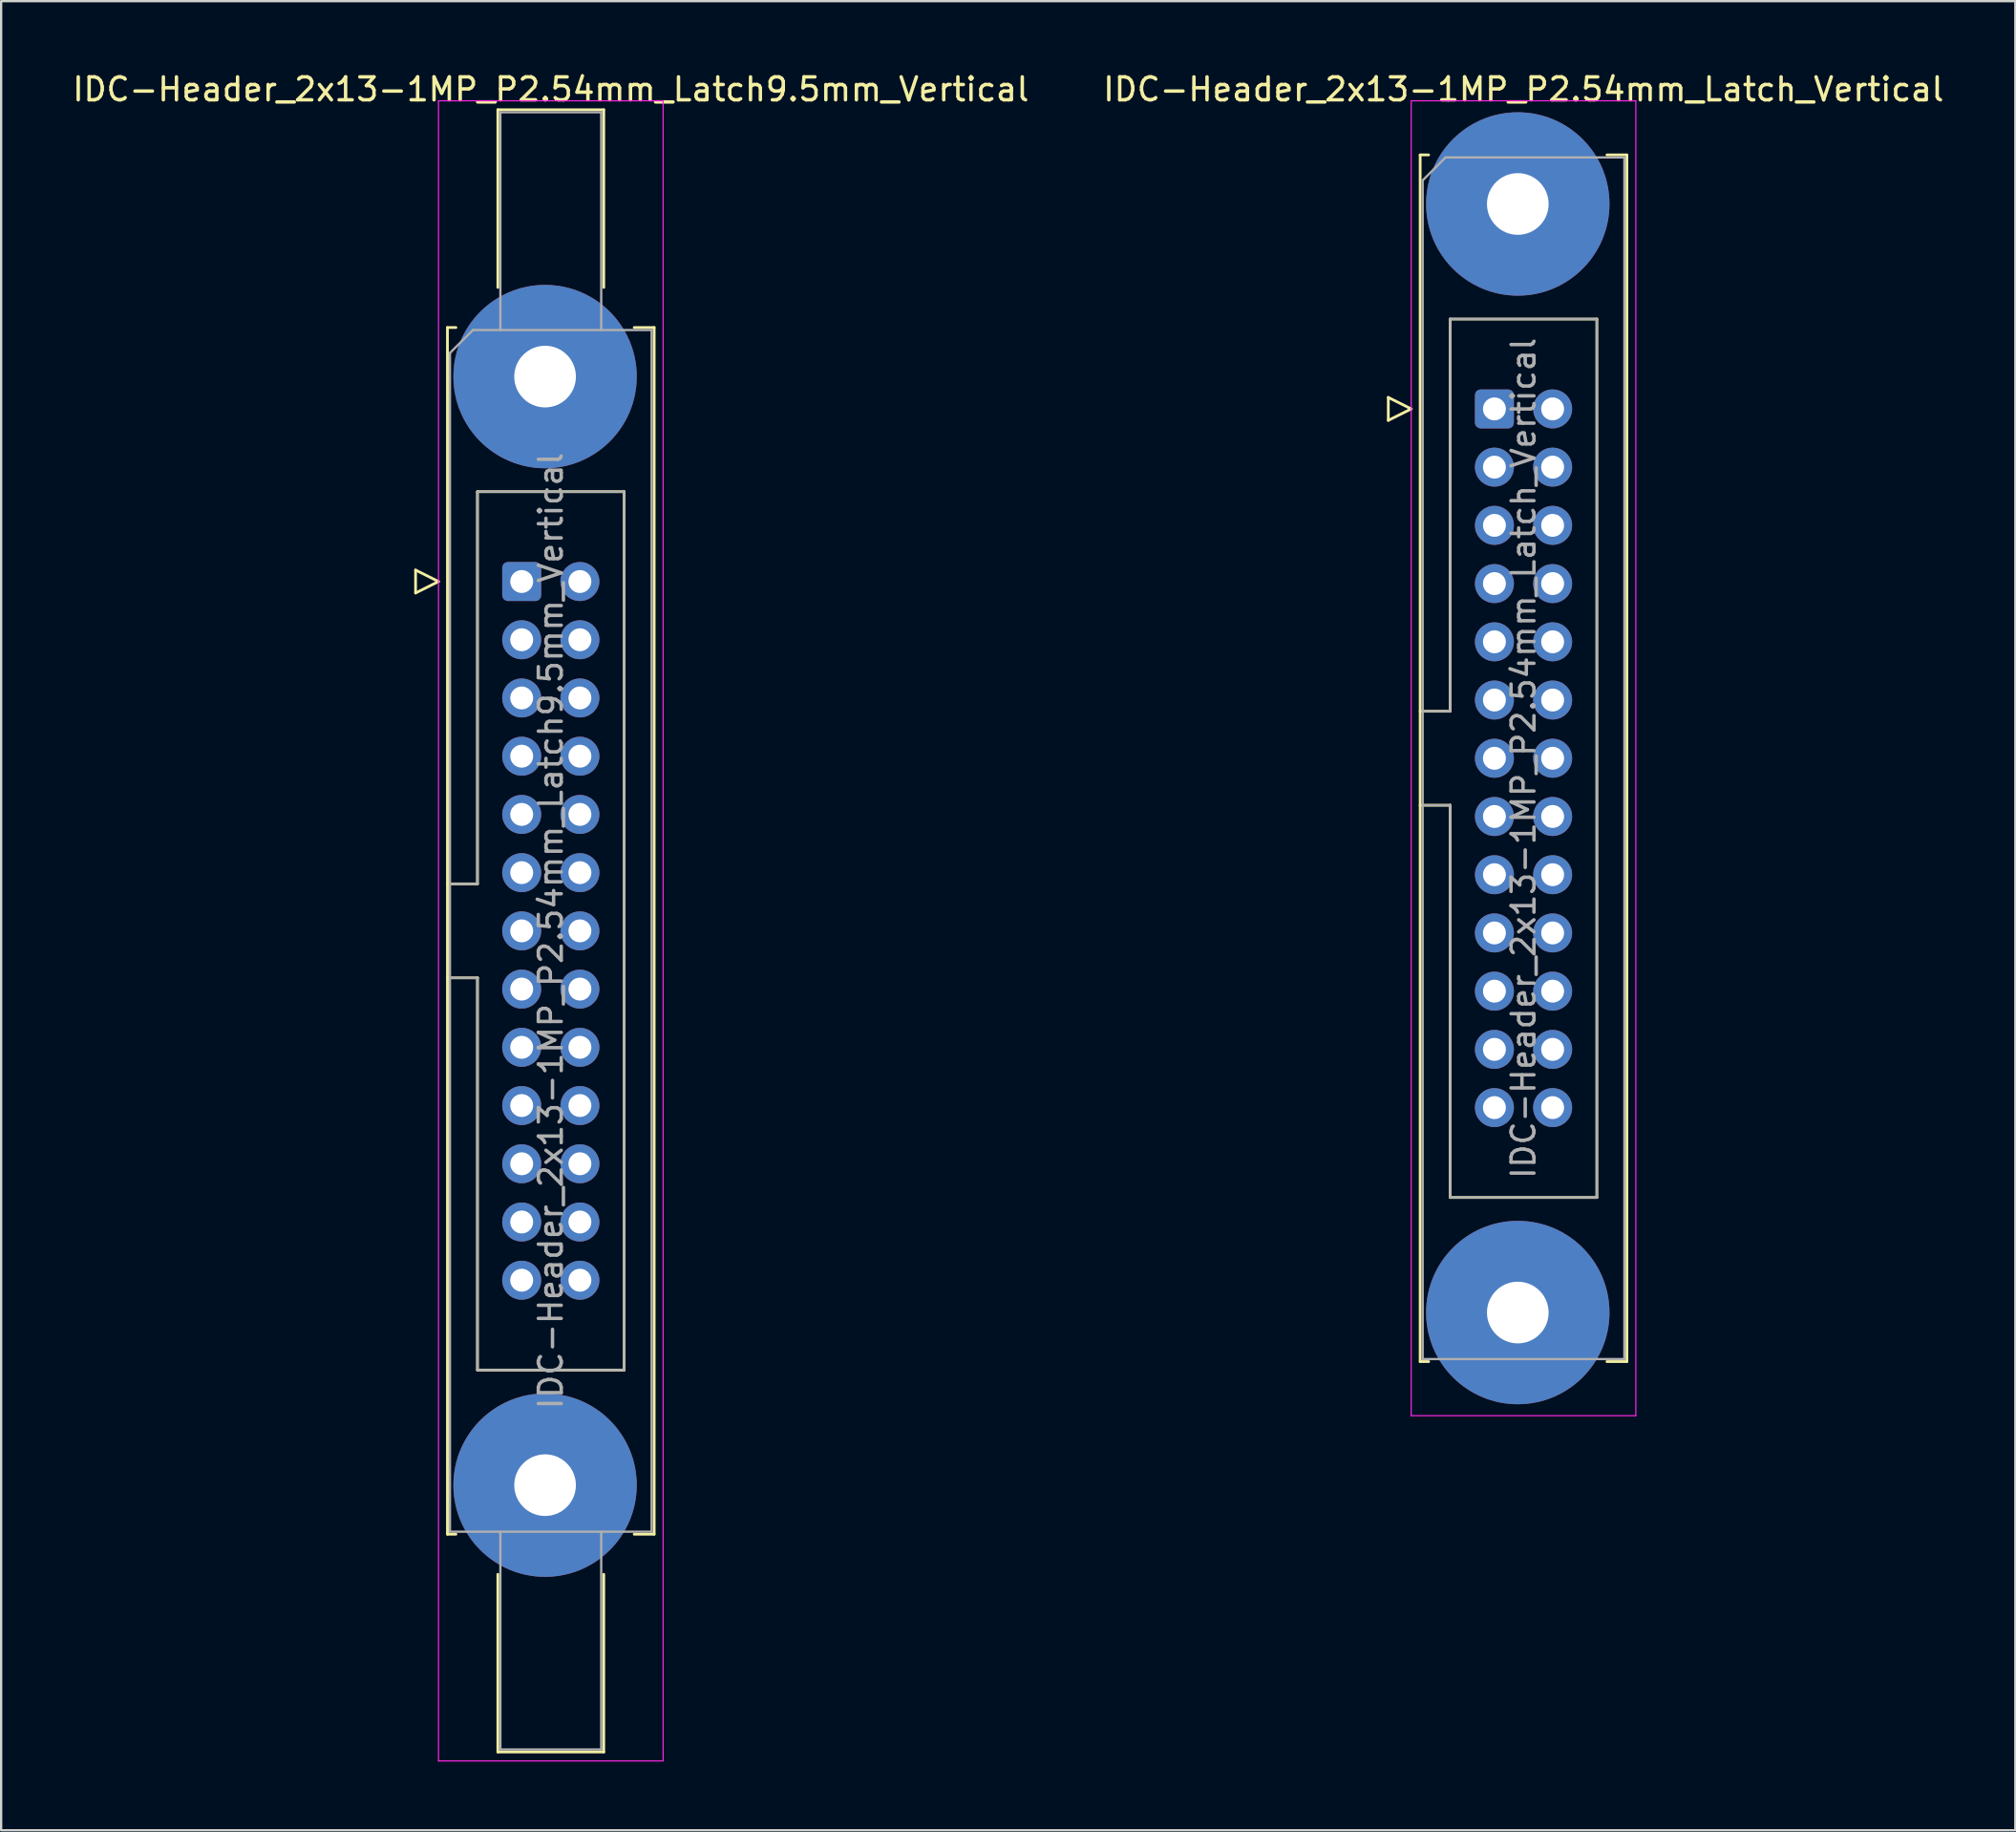
<source format=kicad_pcb>
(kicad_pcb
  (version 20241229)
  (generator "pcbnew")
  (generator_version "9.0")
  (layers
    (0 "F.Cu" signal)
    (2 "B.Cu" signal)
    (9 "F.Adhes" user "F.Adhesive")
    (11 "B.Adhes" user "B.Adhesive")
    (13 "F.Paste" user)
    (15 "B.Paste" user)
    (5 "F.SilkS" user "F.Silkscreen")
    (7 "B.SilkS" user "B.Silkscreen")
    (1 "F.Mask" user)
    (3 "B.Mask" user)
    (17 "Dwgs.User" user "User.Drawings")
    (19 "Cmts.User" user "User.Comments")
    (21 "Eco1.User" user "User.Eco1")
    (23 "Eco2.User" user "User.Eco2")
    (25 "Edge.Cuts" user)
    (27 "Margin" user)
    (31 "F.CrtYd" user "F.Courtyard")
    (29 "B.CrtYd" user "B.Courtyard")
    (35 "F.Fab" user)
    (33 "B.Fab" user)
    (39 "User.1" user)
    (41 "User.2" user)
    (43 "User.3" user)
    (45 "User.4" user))
  (footprint "IDC-Header_2x13-1MP_P2.54mm_Latch_Vertical"
    (layer "F.Cu")
    (at 62.153 14.788)
    (property "Reference" "IDC-Header_2x13-1MP_P2.54mm_Latch_Vertical" (at 1.27 -13.94 0) (layer "F.SilkS") (effects (font (size 1 1) (thickness 0.15))))
    (attr through_hole)
    (fp_line (start -4.63 -0.5) (end -4.63 0.5) (stroke (width 0.12) (type solid)) (layer "F.SilkS"))
    (fp_line (start -4.63 0.5) (end -3.63 0) (stroke (width 0.12) (type solid)) (layer "F.SilkS"))
    (fp_line (start -3.63 0) (end -4.63 -0.5) (stroke (width 0.12) (type solid)) (layer "F.SilkS"))
    (fp_line (start -3.24 -11.08) (end -3.24 41.56) (stroke (width 0.12) (type solid)) (layer "F.SilkS"))
    (fp_line (start -3.24 13.19) (end -1.93 13.19) (stroke (width 0.12) (type solid)) (layer "F.SilkS"))
    (fp_line (start -3.24 41.56) (end -2.87 41.56) (stroke (width 0.12) (type solid)) (layer "F.SilkS"))
    (fp_line (start -2.87 -11.08) (end -3.24 -11.08) (stroke (width 0.12) (type solid)) (layer "F.SilkS"))
    (fp_line (start -1.93 -3.92) (end 4.47 -3.92) (stroke (width 0.12) (type solid)) (layer "F.SilkS"))
    (fp_line (start -1.93 13.19) (end -1.93 -3.92) (stroke (width 0.12) (type solid)) (layer "F.SilkS"))
    (fp_line (start -1.93 17.29) (end -3.24 17.29) (stroke (width 0.12) (type solid)) (layer "F.SilkS"))
    (fp_line (start -1.93 17.29) (end -1.93 17.29) (stroke (width 0.12) (type solid)) (layer "F.SilkS"))
    (fp_line (start -1.93 34.4) (end -1.93 17.29) (stroke (width 0.12) (type solid)) (layer "F.SilkS"))
    (fp_line (start 4.47 -3.92) (end 4.47 34.4) (stroke (width 0.12) (type solid)) (layer "F.SilkS"))
    (fp_line (start 4.47 34.4) (end -1.93 34.4) (stroke (width 0.12) (type solid)) (layer "F.SilkS"))
    (fp_line (start 4.91 -11.08) (end 5.78 -11.08) (stroke (width 0.12) (type solid)) (layer "F.SilkS"))
    (fp_line (start 5.78 -11.08) (end 5.78 41.56) (stroke (width 0.12) (type solid)) (layer "F.SilkS"))
    (fp_line (start 5.78 41.56) (end 4.91 41.56) (stroke (width 0.12) (type solid)) (layer "F.SilkS"))
    (fp_line (start -3.63 -13.44) (end -3.63 43.92) (stroke (width 0.05) (type solid)) (layer "F.CrtYd"))
    (fp_line (start -3.63 43.92) (end 6.17 43.92) (stroke (width 0.05) (type solid)) (layer "F.CrtYd"))
    (fp_line (start 6.17 -13.44) (end -3.63 -13.44) (stroke (width 0.05) (type solid)) (layer "F.CrtYd"))
    (fp_line (start 6.17 43.92) (end 6.17 -13.44) (stroke (width 0.05) (type solid)) (layer "F.CrtYd"))
    (fp_line (start -3.13 -9.97) (end -2.13 -10.97) (stroke (width 0.1) (type solid)) (layer "F.Fab"))
    (fp_line (start -3.13 13.19) (end -1.93 13.19) (stroke (width 0.1) (type solid)) (layer "F.Fab"))
    (fp_line (start -3.13 41.45) (end -3.13 -9.97) (stroke (width 0.1) (type solid)) (layer "F.Fab"))
    (fp_line (start -2.13 -10.97) (end 5.67 -10.97) (stroke (width 0.1) (type solid)) (layer "F.Fab"))
    (fp_line (start -1.93 -3.92) (end 4.47 -3.92) (stroke (width 0.1) (type solid)) (layer "F.Fab"))
    (fp_line (start -1.93 13.19) (end -1.93 -3.92) (stroke (width 0.1) (type solid)) (layer "F.Fab"))
    (fp_line (start -1.93 17.29) (end -3.13 17.29) (stroke (width 0.1) (type solid)) (layer "F.Fab"))
    (fp_line (start -1.93 17.29) (end -1.93 17.29) (stroke (width 0.1) (type solid)) (layer "F.Fab"))
    (fp_line (start -1.93 34.4) (end -1.93 17.29) (stroke (width 0.1) (type solid)) (layer "F.Fab"))
    (fp_line (start 4.47 -3.92) (end 4.47 34.4) (stroke (width 0.1) (type solid)) (layer "F.Fab"))
    (fp_line (start 4.47 34.4) (end -1.93 34.4) (stroke (width 0.1) (type solid)) (layer "F.Fab"))
    (fp_line (start 5.67 -10.97) (end 5.67 41.45) (stroke (width 0.1) (type solid)) (layer "F.Fab"))
    (fp_line (start 5.67 41.45) (end -3.13 41.45) (stroke (width 0.1) (type solid)) (layer "F.Fab"))
    (fp_text user "${REFERENCE}" (at 1.27 15.24 90) (layer "F.Fab") (effects (font (size 1 1) (thickness 0.15))))
    (pad "1" thru_hole roundrect (at 0 0) (size 1.7 1.7) (drill 1) (layers "*.Cu" "*.Mask") (roundrect_rratio 0.147))
    (pad "2" thru_hole circle (at 2.54 0) (size 1.7 1.7) (drill 1) (layers "*.Cu" "*.Mask"))
    (pad "3" thru_hole circle (at 0 2.54) (size 1.7 1.7) (drill 1) (layers "*.Cu" "*.Mask"))
    (pad "4" thru_hole circle (at 2.54 2.54) (size 1.7 1.7) (drill 1) (layers "*.Cu" "*.Mask"))
    (pad "5" thru_hole circle (at 0 5.08) (size 1.7 1.7) (drill 1) (layers "*.Cu" "*.Mask"))
    (pad "6" thru_hole circle (at 2.54 5.08) (size 1.7 1.7) (drill 1) (layers "*.Cu" "*.Mask"))
    (pad "7" thru_hole circle (at 0 7.62) (size 1.7 1.7) (drill 1) (layers "*.Cu" "*.Mask"))
    (pad "8" thru_hole circle (at 2.54 7.62) (size 1.7 1.7) (drill 1) (layers "*.Cu" "*.Mask"))
    (pad "9" thru_hole circle (at 0 10.16) (size 1.7 1.7) (drill 1) (layers "*.Cu" "*.Mask"))
    (pad "10" thru_hole circle (at 2.54 10.16) (size 1.7 1.7) (drill 1) (layers "*.Cu" "*.Mask"))
    (pad "11" thru_hole circle (at 0 12.7) (size 1.7 1.7) (drill 1) (layers "*.Cu" "*.Mask"))
    (pad "12" thru_hole circle (at 2.54 12.7) (size 1.7 1.7) (drill 1) (layers "*.Cu" "*.Mask"))
    (pad "13" thru_hole circle (at 0 15.24) (size 1.7 1.7) (drill 1) (layers "*.Cu" "*.Mask"))
    (pad "14" thru_hole circle (at 2.54 15.24) (size 1.7 1.7) (drill 1) (layers "*.Cu" "*.Mask"))
    (pad "15" thru_hole circle (at 0 17.78) (size 1.7 1.7) (drill 1) (layers "*.Cu" "*.Mask"))
    (pad "16" thru_hole circle (at 2.54 17.78) (size 1.7 1.7) (drill 1) (layers "*.Cu" "*.Mask"))
    (pad "17" thru_hole circle (at 0 20.32) (size 1.7 1.7) (drill 1) (layers "*.Cu" "*.Mask"))
    (pad "18" thru_hole circle (at 2.54 20.32) (size 1.7 1.7) (drill 1) (layers "*.Cu" "*.Mask"))
    (pad "19" thru_hole circle (at 0 22.86) (size 1.7 1.7) (drill 1) (layers "*.Cu" "*.Mask"))
    (pad "20" thru_hole circle (at 2.54 22.86) (size 1.7 1.7) (drill 1) (layers "*.Cu" "*.Mask"))
    (pad "21" thru_hole circle (at 0 25.4) (size 1.7 1.7) (drill 1) (layers "*.Cu" "*.Mask"))
    (pad "22" thru_hole circle (at 2.54 25.4) (size 1.7 1.7) (drill 1) (layers "*.Cu" "*.Mask"))
    (pad "23" thru_hole circle (at 0 27.94) (size 1.7 1.7) (drill 1) (layers "*.Cu" "*.Mask"))
    (pad "24" thru_hole circle (at 2.54 27.94) (size 1.7 1.7) (drill 1) (layers "*.Cu" "*.Mask"))
    (pad "25" thru_hole circle (at 0 30.48) (size 1.7 1.7) (drill 1) (layers "*.Cu" "*.Mask"))
    (pad "26" thru_hole circle (at 2.54 30.48) (size 1.7 1.7) (drill 1) (layers "*.Cu" "*.Mask"))
    (pad "MP" thru_hole circle (at 1.02 -8.94) (size 8 8) (drill 2.69) (layers "*.Cu" "*.Mask"))
    (pad "MP" thru_hole circle (at 1.02 39.42) (size 8 8) (drill 2.69) (layers "*.Cu" "*.Mask")))
  (footprint "IDC-Header_2x13-1MP_P2.54mm_Latch9.5mm_Vertical"
    (layer "F.Cu")
    (at 19.712 22.318)
    (property "Reference" "IDC-Header_2x13-1MP_P2.54mm_Latch9.5mm_Vertical" (at 1.27 -21.47 0) (layer "F.SilkS") (effects (font (size 1 1) (thickness 0.15))))
    (attr through_hole)
    (fp_line (start -4.63 -0.5) (end -4.63 0.5) (stroke (width 0.12) (type solid)) (layer "F.SilkS"))
    (fp_line (start -4.63 0.5) (end -3.63 0) (stroke (width 0.12) (type solid)) (layer "F.SilkS"))
    (fp_line (start -3.63 0) (end -4.63 -0.5) (stroke (width 0.12) (type solid)) (layer "F.SilkS"))
    (fp_line (start -3.24 -11.08) (end -3.24 41.56) (stroke (width 0.12) (type solid)) (layer "F.SilkS"))
    (fp_line (start -3.24 13.19) (end -1.93 13.19) (stroke (width 0.12) (type solid)) (layer "F.SilkS"))
    (fp_line (start -3.24 41.56) (end -2.87 41.56) (stroke (width 0.12) (type solid)) (layer "F.SilkS"))
    (fp_line (start -2.87 -11.08) (end -3.24 -11.08) (stroke (width 0.12) (type solid)) (layer "F.SilkS"))
    (fp_line (start -1.93 -3.92) (end 4.47 -3.92) (stroke (width 0.12) (type solid)) (layer "F.SilkS"))
    (fp_line (start -1.93 13.19) (end -1.93 -3.92) (stroke (width 0.12) (type solid)) (layer "F.SilkS"))
    (fp_line (start -1.93 17.29) (end -3.24 17.29) (stroke (width 0.12) (type solid)) (layer "F.SilkS"))
    (fp_line (start -1.93 17.29) (end -1.93 17.29) (stroke (width 0.12) (type solid)) (layer "F.SilkS"))
    (fp_line (start -1.93 34.4) (end -1.93 17.29) (stroke (width 0.12) (type solid)) (layer "F.SilkS"))
    (fp_line (start -1.04 -20.58) (end 3.58 -20.58) (stroke (width 0.12) (type solid)) (layer "F.SilkS"))
    (fp_line (start -1.04 -12.83) (end -1.04 -20.58) (stroke (width 0.12) (type solid)) (layer "F.SilkS"))
    (fp_line (start -1.04 43.31) (end -1.04 51.06) (stroke (width 0.12) (type solid)) (layer "F.SilkS"))
    (fp_line (start -1.04 51.06) (end 3.58 51.06) (stroke (width 0.12) (type solid)) (layer "F.SilkS"))
    (fp_line (start 3.58 -20.58) (end 3.58 -12.83) (stroke (width 0.12) (type solid)) (layer "F.SilkS"))
    (fp_line (start 3.58 51.06) (end 3.58 43.31) (stroke (width 0.12) (type solid)) (layer "F.SilkS"))
    (fp_line (start 4.47 -3.92) (end 4.47 34.4) (stroke (width 0.12) (type solid)) (layer "F.SilkS"))
    (fp_line (start 4.47 34.4) (end -1.93 34.4) (stroke (width 0.12) (type solid)) (layer "F.SilkS"))
    (fp_line (start 4.91 -11.08) (end 5.78 -11.08) (stroke (width 0.12) (type solid)) (layer "F.SilkS"))
    (fp_line (start 5.78 -11.08) (end 5.78 41.56) (stroke (width 0.12) (type solid)) (layer "F.SilkS"))
    (fp_line (start 5.78 41.56) (end 4.91 41.56) (stroke (width 0.12) (type solid)) (layer "F.SilkS"))
    (fp_line (start -3.63 -20.97) (end -3.63 51.45) (stroke (width 0.05) (type solid)) (layer "F.CrtYd"))
    (fp_line (start -3.63 51.45) (end 6.17 51.45) (stroke (width 0.05) (type solid)) (layer "F.CrtYd"))
    (fp_line (start 6.17 -20.97) (end -3.63 -20.97) (stroke (width 0.05) (type solid)) (layer "F.CrtYd"))
    (fp_line (start 6.17 51.45) (end 6.17 -20.97) (stroke (width 0.05) (type solid)) (layer "F.CrtYd"))
    (fp_line (start -3.13 -9.97) (end -2.13 -10.97) (stroke (width 0.1) (type solid)) (layer "F.Fab"))
    (fp_line (start -3.13 13.19) (end -1.93 13.19) (stroke (width 0.1) (type solid)) (layer "F.Fab"))
    (fp_line (start -3.13 41.45) (end -3.13 -9.97) (stroke (width 0.1) (type solid)) (layer "F.Fab"))
    (fp_line (start -2.13 -10.97) (end 5.67 -10.97) (stroke (width 0.1) (type solid)) (layer "F.Fab"))
    (fp_line (start -1.93 -3.92) (end 4.47 -3.92) (stroke (width 0.1) (type solid)) (layer "F.Fab"))
    (fp_line (start -1.93 13.19) (end -1.93 -3.92) (stroke (width 0.1) (type solid)) (layer "F.Fab"))
    (fp_line (start -1.93 17.29) (end -3.13 17.29) (stroke (width 0.1) (type solid)) (layer "F.Fab"))
    (fp_line (start -1.93 17.29) (end -1.93 17.29) (stroke (width 0.1) (type solid)) (layer "F.Fab"))
    (fp_line (start -1.93 34.4) (end -1.93 17.29) (stroke (width 0.1) (type solid)) (layer "F.Fab"))
    (fp_line (start -0.93 -20.47) (end 3.47 -20.47) (stroke (width 0.1) (type solid)) (layer "F.Fab"))
    (fp_line (start -0.93 -10.97) (end -0.93 -20.47) (stroke (width 0.1) (type solid)) (layer "F.Fab"))
    (fp_line (start -0.93 41.45) (end -0.93 50.95) (stroke (width 0.1) (type solid)) (layer "F.Fab"))
    (fp_line (start -0.93 50.95) (end 3.47 50.95) (stroke (width 0.1) (type solid)) (layer "F.Fab"))
    (fp_line (start 3.47 -20.47) (end 3.47 -10.97) (stroke (width 0.1) (type solid)) (layer "F.Fab"))
    (fp_line (start 3.47 50.95) (end 3.47 41.45) (stroke (width 0.1) (type solid)) (layer "F.Fab"))
    (fp_line (start 4.47 -3.92) (end 4.47 34.4) (stroke (width 0.1) (type solid)) (layer "F.Fab"))
    (fp_line (start 4.47 34.4) (end -1.93 34.4) (stroke (width 0.1) (type solid)) (layer "F.Fab"))
    (fp_line (start 5.67 -10.97) (end 5.67 41.45) (stroke (width 0.1) (type solid)) (layer "F.Fab"))
    (fp_line (start 5.67 41.45) (end -3.13 41.45) (stroke (width 0.1) (type solid)) (layer "F.Fab"))
    (fp_text user "${REFERENCE}" (at 1.27 15.24 90) (layer "F.Fab") (effects (font (size 1 1) (thickness 0.15))))
    (pad "1" thru_hole roundrect (at 0 0) (size 1.7 1.7) (drill 1) (layers "*.Cu" "*.Mask") (roundrect_rratio 0.147))
    (pad "2" thru_hole circle (at 2.54 0) (size 1.7 1.7) (drill 1) (layers "*.Cu" "*.Mask"))
    (pad "3" thru_hole circle (at 0 2.54) (size 1.7 1.7) (drill 1) (layers "*.Cu" "*.Mask"))
    (pad "4" thru_hole circle (at 2.54 2.54) (size 1.7 1.7) (drill 1) (layers "*.Cu" "*.Mask"))
    (pad "5" thru_hole circle (at 0 5.08) (size 1.7 1.7) (drill 1) (layers "*.Cu" "*.Mask"))
    (pad "6" thru_hole circle (at 2.54 5.08) (size 1.7 1.7) (drill 1) (layers "*.Cu" "*.Mask"))
    (pad "7" thru_hole circle (at 0 7.62) (size 1.7 1.7) (drill 1) (layers "*.Cu" "*.Mask"))
    (pad "8" thru_hole circle (at 2.54 7.62) (size 1.7 1.7) (drill 1) (layers "*.Cu" "*.Mask"))
    (pad "9" thru_hole circle (at 0 10.16) (size 1.7 1.7) (drill 1) (layers "*.Cu" "*.Mask"))
    (pad "10" thru_hole circle (at 2.54 10.16) (size 1.7 1.7) (drill 1) (layers "*.Cu" "*.Mask"))
    (pad "11" thru_hole circle (at 0 12.7) (size 1.7 1.7) (drill 1) (layers "*.Cu" "*.Mask"))
    (pad "12" thru_hole circle (at 2.54 12.7) (size 1.7 1.7) (drill 1) (layers "*.Cu" "*.Mask"))
    (pad "13" thru_hole circle (at 0 15.24) (size 1.7 1.7) (drill 1) (layers "*.Cu" "*.Mask"))
    (pad "14" thru_hole circle (at 2.54 15.24) (size 1.7 1.7) (drill 1) (layers "*.Cu" "*.Mask"))
    (pad "15" thru_hole circle (at 0 17.78) (size 1.7 1.7) (drill 1) (layers "*.Cu" "*.Mask"))
    (pad "16" thru_hole circle (at 2.54 17.78) (size 1.7 1.7) (drill 1) (layers "*.Cu" "*.Mask"))
    (pad "17" thru_hole circle (at 0 20.32) (size 1.7 1.7) (drill 1) (layers "*.Cu" "*.Mask"))
    (pad "18" thru_hole circle (at 2.54 20.32) (size 1.7 1.7) (drill 1) (layers "*.Cu" "*.Mask"))
    (pad "19" thru_hole circle (at 0 22.86) (size 1.7 1.7) (drill 1) (layers "*.Cu" "*.Mask"))
    (pad "20" thru_hole circle (at 2.54 22.86) (size 1.7 1.7) (drill 1) (layers "*.Cu" "*.Mask"))
    (pad "21" thru_hole circle (at 0 25.4) (size 1.7 1.7) (drill 1) (layers "*.Cu" "*.Mask"))
    (pad "22" thru_hole circle (at 2.54 25.4) (size 1.7 1.7) (drill 1) (layers "*.Cu" "*.Mask"))
    (pad "23" thru_hole circle (at 0 27.94) (size 1.7 1.7) (drill 1) (layers "*.Cu" "*.Mask"))
    (pad "24" thru_hole circle (at 2.54 27.94) (size 1.7 1.7) (drill 1) (layers "*.Cu" "*.Mask"))
    (pad "25" thru_hole circle (at 0 30.48) (size 1.7 1.7) (drill 1) (layers "*.Cu" "*.Mask"))
    (pad "26" thru_hole circle (at 2.54 30.48) (size 1.7 1.7) (drill 1) (layers "*.Cu" "*.Mask"))
    (pad "MP" thru_hole circle (at 1.02 -8.94) (size 8 8) (drill 2.69) (layers "*.Cu" "*.Mask"))
    (pad "MP" thru_hole circle (at 1.02 39.42) (size 8 8) (drill 2.69) (layers "*.Cu" "*.Mask")))
  (gr_rect
    (start -3 -3)
    (end 84.881 76.793)
    (stroke (width 0.1) (type default))
    (fill no)
    (layer "Edge.Cuts")))
</source>
